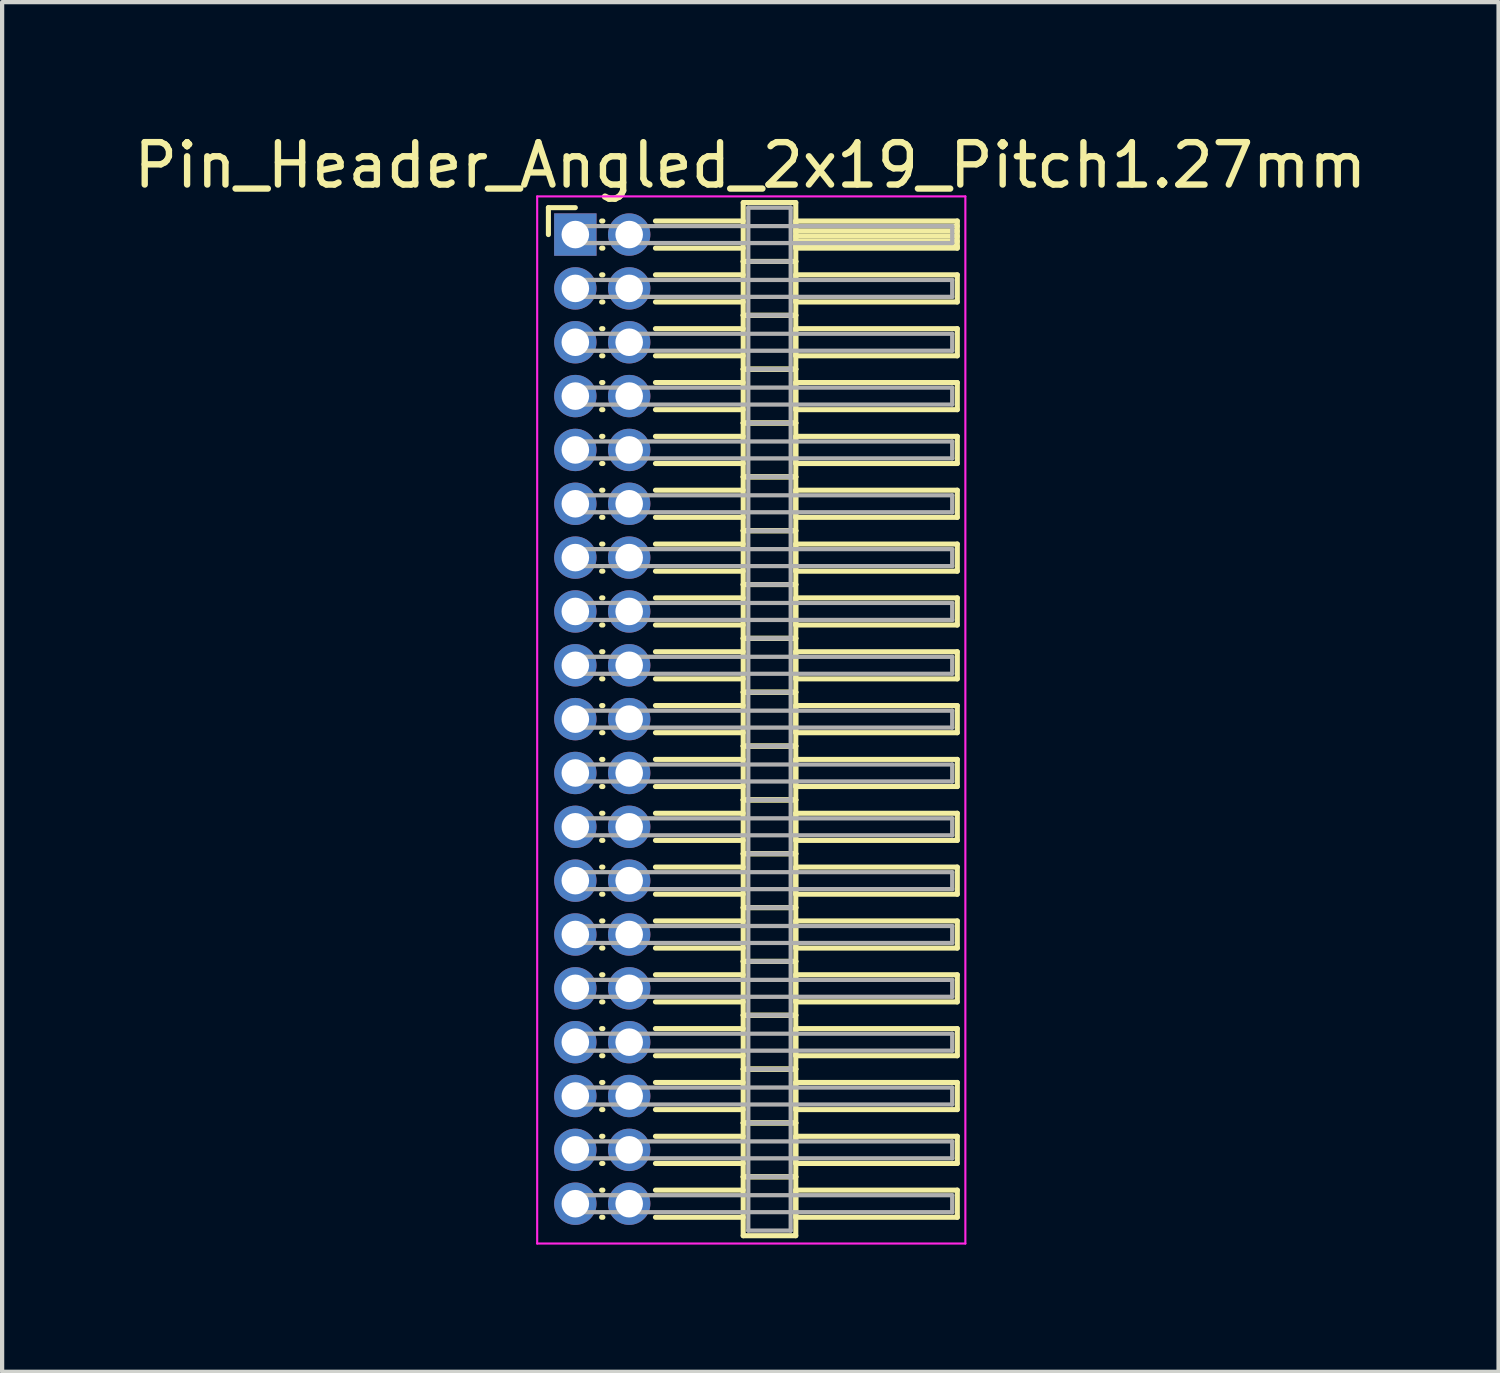
<source format=kicad_pcb>
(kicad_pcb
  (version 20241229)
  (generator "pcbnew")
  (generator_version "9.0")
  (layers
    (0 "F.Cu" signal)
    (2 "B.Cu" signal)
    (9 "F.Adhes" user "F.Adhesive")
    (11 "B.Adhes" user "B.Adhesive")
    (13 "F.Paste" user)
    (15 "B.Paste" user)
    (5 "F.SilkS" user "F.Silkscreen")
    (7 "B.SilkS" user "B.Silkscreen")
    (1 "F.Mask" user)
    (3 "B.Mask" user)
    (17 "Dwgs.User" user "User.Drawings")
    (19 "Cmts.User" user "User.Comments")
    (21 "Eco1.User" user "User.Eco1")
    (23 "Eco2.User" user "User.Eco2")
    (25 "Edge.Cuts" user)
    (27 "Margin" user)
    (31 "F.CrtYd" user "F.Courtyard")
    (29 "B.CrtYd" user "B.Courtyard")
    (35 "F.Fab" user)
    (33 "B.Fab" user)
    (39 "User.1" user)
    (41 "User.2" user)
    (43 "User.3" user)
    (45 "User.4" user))
  (footprint "Pin_Header_Angled_2x19_Pitch1.27mm"
    (layer "F.Cu")
    (at 10.521 2.483)
    (property "Reference" "Pin_Header_Angled_2x19_Pitch1.27mm" (at 4.128 -1.635 0) (layer "F.SilkS") (effects (font (size 1 1) (thickness 0.15))))
    (attr through_hole)
    (fp_line (start -0.635 -0.635) (end 0 -0.635) (stroke (width 0.12) (type solid)) (layer "F.SilkS"))
    (fp_line (start -0.635 0) (end -0.635 -0.635) (stroke (width 0.12) (type solid)) (layer "F.SilkS"))
    (fp_line (start 0.62 -0.32) (end 0.65 -0.32) (stroke (width 0.12) (type solid)) (layer "F.SilkS"))
    (fp_line (start 0.62 0.32) (end 0.65 0.32) (stroke (width 0.12) (type solid)) (layer "F.SilkS"))
    (fp_line (start 0.62 0.95) (end 0.65 0.95) (stroke (width 0.12) (type solid)) (layer "F.SilkS"))
    (fp_line (start 0.62 1.59) (end 0.65 1.59) (stroke (width 0.12) (type solid)) (layer "F.SilkS"))
    (fp_line (start 0.62 2.22) (end 0.65 2.22) (stroke (width 0.12) (type solid)) (layer "F.SilkS"))
    (fp_line (start 0.62 2.86) (end 0.65 2.86) (stroke (width 0.12) (type solid)) (layer "F.SilkS"))
    (fp_line (start 0.62 3.49) (end 0.65 3.49) (stroke (width 0.12) (type solid)) (layer "F.SilkS"))
    (fp_line (start 0.62 4.13) (end 0.65 4.13) (stroke (width 0.12) (type solid)) (layer "F.SilkS"))
    (fp_line (start 0.62 4.76) (end 0.65 4.76) (stroke (width 0.12) (type solid)) (layer "F.SilkS"))
    (fp_line (start 0.62 5.4) (end 0.65 5.4) (stroke (width 0.12) (type solid)) (layer "F.SilkS"))
    (fp_line (start 0.62 6.03) (end 0.65 6.03) (stroke (width 0.12) (type solid)) (layer "F.SilkS"))
    (fp_line (start 0.62 6.67) (end 0.65 6.67) (stroke (width 0.12) (type solid)) (layer "F.SilkS"))
    (fp_line (start 0.62 7.3) (end 0.65 7.3) (stroke (width 0.12) (type solid)) (layer "F.SilkS"))
    (fp_line (start 0.62 7.94) (end 0.65 7.94) (stroke (width 0.12) (type solid)) (layer "F.SilkS"))
    (fp_line (start 0.62 8.57) (end 0.65 8.57) (stroke (width 0.12) (type solid)) (layer "F.SilkS"))
    (fp_line (start 0.62 9.21) (end 0.65 9.21) (stroke (width 0.12) (type solid)) (layer "F.SilkS"))
    (fp_line (start 0.62 9.84) (end 0.65 9.84) (stroke (width 0.12) (type solid)) (layer "F.SilkS"))
    (fp_line (start 0.62 10.48) (end 0.65 10.48) (stroke (width 0.12) (type solid)) (layer "F.SilkS"))
    (fp_line (start 0.62 11.11) (end 0.65 11.11) (stroke (width 0.12) (type solid)) (layer "F.SilkS"))
    (fp_line (start 0.62 11.75) (end 0.65 11.75) (stroke (width 0.12) (type solid)) (layer "F.SilkS"))
    (fp_line (start 0.62 12.38) (end 0.65 12.38) (stroke (width 0.12) (type solid)) (layer "F.SilkS"))
    (fp_line (start 0.62 13.02) (end 0.65 13.02) (stroke (width 0.12) (type solid)) (layer "F.SilkS"))
    (fp_line (start 0.62 13.65) (end 0.65 13.65) (stroke (width 0.12) (type solid)) (layer "F.SilkS"))
    (fp_line (start 0.62 14.29) (end 0.65 14.29) (stroke (width 0.12) (type solid)) (layer "F.SilkS"))
    (fp_line (start 0.62 14.92) (end 0.65 14.92) (stroke (width 0.12) (type solid)) (layer "F.SilkS"))
    (fp_line (start 0.62 15.56) (end 0.65 15.56) (stroke (width 0.12) (type solid)) (layer "F.SilkS"))
    (fp_line (start 0.62 16.19) (end 0.65 16.19) (stroke (width 0.12) (type solid)) (layer "F.SilkS"))
    (fp_line (start 0.62 16.83) (end 0.65 16.83) (stroke (width 0.12) (type solid)) (layer "F.SilkS"))
    (fp_line (start 0.62 17.46) (end 0.65 17.46) (stroke (width 0.12) (type solid)) (layer "F.SilkS"))
    (fp_line (start 0.62 18.1) (end 0.65 18.1) (stroke (width 0.12) (type solid)) (layer "F.SilkS"))
    (fp_line (start 0.62 18.73) (end 0.65 18.73) (stroke (width 0.12) (type solid)) (layer "F.SilkS"))
    (fp_line (start 0.62 19.37) (end 0.65 19.37) (stroke (width 0.12) (type solid)) (layer "F.SilkS"))
    (fp_line (start 0.62 20) (end 0.65 20) (stroke (width 0.12) (type solid)) (layer "F.SilkS"))
    (fp_line (start 0.62 20.64) (end 0.65 20.64) (stroke (width 0.12) (type solid)) (layer "F.SilkS"))
    (fp_line (start 0.62 21.27) (end 0.65 21.27) (stroke (width 0.12) (type solid)) (layer "F.SilkS"))
    (fp_line (start 0.62 21.91) (end 0.65 21.91) (stroke (width 0.12) (type solid)) (layer "F.SilkS"))
    (fp_line (start 0.62 22.54) (end 0.65 22.54) (stroke (width 0.12) (type solid)) (layer "F.SilkS"))
    (fp_line (start 0.62 23.18) (end 0.65 23.18) (stroke (width 0.12) (type solid)) (layer "F.SilkS"))
    (fp_line (start 1.89 -0.32) (end 3.96 -0.32) (stroke (width 0.12) (type solid)) (layer "F.SilkS"))
    (fp_line (start 1.89 0.32) (end 3.96 0.32) (stroke (width 0.12) (type solid)) (layer "F.SilkS"))
    (fp_line (start 1.89 0.95) (end 3.96 0.95) (stroke (width 0.12) (type solid)) (layer "F.SilkS"))
    (fp_line (start 1.89 1.59) (end 3.96 1.59) (stroke (width 0.12) (type solid)) (layer "F.SilkS"))
    (fp_line (start 1.89 2.22) (end 3.96 2.22) (stroke (width 0.12) (type solid)) (layer "F.SilkS"))
    (fp_line (start 1.89 2.86) (end 3.96 2.86) (stroke (width 0.12) (type solid)) (layer "F.SilkS"))
    (fp_line (start 1.89 3.49) (end 3.96 3.49) (stroke (width 0.12) (type solid)) (layer "F.SilkS"))
    (fp_line (start 1.89 4.13) (end 3.96 4.13) (stroke (width 0.12) (type solid)) (layer "F.SilkS"))
    (fp_line (start 1.89 4.76) (end 3.96 4.76) (stroke (width 0.12) (type solid)) (layer "F.SilkS"))
    (fp_line (start 1.89 5.4) (end 3.96 5.4) (stroke (width 0.12) (type solid)) (layer "F.SilkS"))
    (fp_line (start 1.89 6.03) (end 3.96 6.03) (stroke (width 0.12) (type solid)) (layer "F.SilkS"))
    (fp_line (start 1.89 6.67) (end 3.96 6.67) (stroke (width 0.12) (type solid)) (layer "F.SilkS"))
    (fp_line (start 1.89 7.3) (end 3.96 7.3) (stroke (width 0.12) (type solid)) (layer "F.SilkS"))
    (fp_line (start 1.89 7.94) (end 3.96 7.94) (stroke (width 0.12) (type solid)) (layer "F.SilkS"))
    (fp_line (start 1.89 8.57) (end 3.96 8.57) (stroke (width 0.12) (type solid)) (layer "F.SilkS"))
    (fp_line (start 1.89 9.21) (end 3.96 9.21) (stroke (width 0.12) (type solid)) (layer "F.SilkS"))
    (fp_line (start 1.89 9.84) (end 3.96 9.84) (stroke (width 0.12) (type solid)) (layer "F.SilkS"))
    (fp_line (start 1.89 10.48) (end 3.96 10.48) (stroke (width 0.12) (type solid)) (layer "F.SilkS"))
    (fp_line (start 1.89 11.11) (end 3.96 11.11) (stroke (width 0.12) (type solid)) (layer "F.SilkS"))
    (fp_line (start 1.89 11.75) (end 3.96 11.75) (stroke (width 0.12) (type solid)) (layer "F.SilkS"))
    (fp_line (start 1.89 12.38) (end 3.96 12.38) (stroke (width 0.12) (type solid)) (layer "F.SilkS"))
    (fp_line (start 1.89 13.02) (end 3.96 13.02) (stroke (width 0.12) (type solid)) (layer "F.SilkS"))
    (fp_line (start 1.89 13.65) (end 3.96 13.65) (stroke (width 0.12) (type solid)) (layer "F.SilkS"))
    (fp_line (start 1.89 14.29) (end 3.96 14.29) (stroke (width 0.12) (type solid)) (layer "F.SilkS"))
    (fp_line (start 1.89 14.92) (end 3.96 14.92) (stroke (width 0.12) (type solid)) (layer "F.SilkS"))
    (fp_line (start 1.89 15.56) (end 3.96 15.56) (stroke (width 0.12) (type solid)) (layer "F.SilkS"))
    (fp_line (start 1.89 16.19) (end 3.96 16.19) (stroke (width 0.12) (type solid)) (layer "F.SilkS"))
    (fp_line (start 1.89 16.83) (end 3.96 16.83) (stroke (width 0.12) (type solid)) (layer "F.SilkS"))
    (fp_line (start 1.89 17.46) (end 3.96 17.46) (stroke (width 0.12) (type solid)) (layer "F.SilkS"))
    (fp_line (start 1.89 18.1) (end 3.96 18.1) (stroke (width 0.12) (type solid)) (layer "F.SilkS"))
    (fp_line (start 1.89 18.73) (end 3.96 18.73) (stroke (width 0.12) (type solid)) (layer "F.SilkS"))
    (fp_line (start 1.89 19.37) (end 3.96 19.37) (stroke (width 0.12) (type solid)) (layer "F.SilkS"))
    (fp_line (start 1.89 20) (end 3.96 20) (stroke (width 0.12) (type solid)) (layer "F.SilkS"))
    (fp_line (start 1.89 20.64) (end 3.96 20.64) (stroke (width 0.12) (type solid)) (layer "F.SilkS"))
    (fp_line (start 1.89 21.27) (end 3.96 21.27) (stroke (width 0.12) (type solid)) (layer "F.SilkS"))
    (fp_line (start 1.89 21.91) (end 3.96 21.91) (stroke (width 0.12) (type solid)) (layer "F.SilkS"))
    (fp_line (start 1.89 22.54) (end 3.96 22.54) (stroke (width 0.12) (type solid)) (layer "F.SilkS"))
    (fp_line (start 1.89 23.18) (end 3.96 23.18) (stroke (width 0.12) (type solid)) (layer "F.SilkS"))
    (fp_line (start 3.96 -0.755) (end 3.96 0.635) (stroke (width 0.12) (type solid)) (layer "F.SilkS"))
    (fp_line (start 3.96 0.635) (end 3.96 1.905) (stroke (width 0.12) (type solid)) (layer "F.SilkS"))
    (fp_line (start 3.96 0.635) (end 5.2 0.635) (stroke (width 0.12) (type solid)) (layer "F.SilkS"))
    (fp_line (start 3.96 1.905) (end 3.96 3.175) (stroke (width 0.12) (type solid)) (layer "F.SilkS"))
    (fp_line (start 3.96 1.905) (end 5.2 1.905) (stroke (width 0.12) (type solid)) (layer "F.SilkS"))
    (fp_line (start 3.96 3.175) (end 3.96 4.445) (stroke (width 0.12) (type solid)) (layer "F.SilkS"))
    (fp_line (start 3.96 3.175) (end 5.2 3.175) (stroke (width 0.12) (type solid)) (layer "F.SilkS"))
    (fp_line (start 3.96 4.445) (end 3.96 5.715) (stroke (width 0.12) (type solid)) (layer "F.SilkS"))
    (fp_line (start 3.96 4.445) (end 5.2 4.445) (stroke (width 0.12) (type solid)) (layer "F.SilkS"))
    (fp_line (start 3.96 5.715) (end 3.96 6.985) (stroke (width 0.12) (type solid)) (layer "F.SilkS"))
    (fp_line (start 3.96 5.715) (end 5.2 5.715) (stroke (width 0.12) (type solid)) (layer "F.SilkS"))
    (fp_line (start 3.96 6.985) (end 3.96 8.255) (stroke (width 0.12) (type solid)) (layer "F.SilkS"))
    (fp_line (start 3.96 6.985) (end 5.2 6.985) (stroke (width 0.12) (type solid)) (layer "F.SilkS"))
    (fp_line (start 3.96 8.255) (end 3.96 9.525) (stroke (width 0.12) (type solid)) (layer "F.SilkS"))
    (fp_line (start 3.96 8.255) (end 5.2 8.255) (stroke (width 0.12) (type solid)) (layer "F.SilkS"))
    (fp_line (start 3.96 9.525) (end 3.96 10.795) (stroke (width 0.12) (type solid)) (layer "F.SilkS"))
    (fp_line (start 3.96 9.525) (end 5.2 9.525) (stroke (width 0.12) (type solid)) (layer "F.SilkS"))
    (fp_line (start 3.96 10.795) (end 3.96 12.065) (stroke (width 0.12) (type solid)) (layer "F.SilkS"))
    (fp_line (start 3.96 10.795) (end 5.2 10.795) (stroke (width 0.12) (type solid)) (layer "F.SilkS"))
    (fp_line (start 3.96 12.065) (end 3.96 13.335) (stroke (width 0.12) (type solid)) (layer "F.SilkS"))
    (fp_line (start 3.96 12.065) (end 5.2 12.065) (stroke (width 0.12) (type solid)) (layer "F.SilkS"))
    (fp_line (start 3.96 13.335) (end 3.96 14.605) (stroke (width 0.12) (type solid)) (layer "F.SilkS"))
    (fp_line (start 3.96 13.335) (end 5.2 13.335) (stroke (width 0.12) (type solid)) (layer "F.SilkS"))
    (fp_line (start 3.96 14.605) (end 3.96 15.875) (stroke (width 0.12) (type solid)) (layer "F.SilkS"))
    (fp_line (start 3.96 14.605) (end 5.2 14.605) (stroke (width 0.12) (type solid)) (layer "F.SilkS"))
    (fp_line (start 3.96 15.875) (end 3.96 17.145) (stroke (width 0.12) (type solid)) (layer "F.SilkS"))
    (fp_line (start 3.96 15.875) (end 5.2 15.875) (stroke (width 0.12) (type solid)) (layer "F.SilkS"))
    (fp_line (start 3.96 17.145) (end 3.96 18.415) (stroke (width 0.12) (type solid)) (layer "F.SilkS"))
    (fp_line (start 3.96 17.145) (end 5.2 17.145) (stroke (width 0.12) (type solid)) (layer "F.SilkS"))
    (fp_line (start 3.96 18.415) (end 3.96 19.685) (stroke (width 0.12) (type solid)) (layer "F.SilkS"))
    (fp_line (start 3.96 18.415) (end 5.2 18.415) (stroke (width 0.12) (type solid)) (layer "F.SilkS"))
    (fp_line (start 3.96 19.685) (end 3.96 20.955) (stroke (width 0.12) (type solid)) (layer "F.SilkS"))
    (fp_line (start 3.96 19.685) (end 5.2 19.685) (stroke (width 0.12) (type solid)) (layer "F.SilkS"))
    (fp_line (start 3.96 20.955) (end 3.96 22.225) (stroke (width 0.12) (type solid)) (layer "F.SilkS"))
    (fp_line (start 3.96 20.955) (end 5.2 20.955) (stroke (width 0.12) (type solid)) (layer "F.SilkS"))
    (fp_line (start 3.96 22.225) (end 3.96 23.615) (stroke (width 0.12) (type solid)) (layer "F.SilkS"))
    (fp_line (start 3.96 22.225) (end 5.2 22.225) (stroke (width 0.12) (type solid)) (layer "F.SilkS"))
    (fp_line (start 3.96 23.615) (end 5.2 23.615) (stroke (width 0.12) (type solid)) (layer "F.SilkS"))
    (fp_line (start 5.2 -0.755) (end 3.96 -0.755) (stroke (width 0.12) (type solid)) (layer "F.SilkS"))
    (fp_line (start 5.2 -0.32) (end 5.2 0.32) (stroke (width 0.12) (type solid)) (layer "F.SilkS"))
    (fp_line (start 5.2 -0.2) (end 9.01 -0.2) (stroke (width 0.12) (type solid)) (layer "F.SilkS"))
    (fp_line (start 5.2 -0.08) (end 9.01 -0.08) (stroke (width 0.12) (type solid)) (layer "F.SilkS"))
    (fp_line (start 5.2 0.04) (end 9.01 0.04) (stroke (width 0.12) (type solid)) (layer "F.SilkS"))
    (fp_line (start 5.2 0.16) (end 9.01 0.16) (stroke (width 0.12) (type solid)) (layer "F.SilkS"))
    (fp_line (start 5.2 0.28) (end 9.01 0.28) (stroke (width 0.12) (type solid)) (layer "F.SilkS"))
    (fp_line (start 5.2 0.32) (end 9.01 0.32) (stroke (width 0.12) (type solid)) (layer "F.SilkS"))
    (fp_line (start 5.2 0.635) (end 3.96 0.635) (stroke (width 0.12) (type solid)) (layer "F.SilkS"))
    (fp_line (start 5.2 0.635) (end 5.2 -0.755) (stroke (width 0.12) (type solid)) (layer "F.SilkS"))
    (fp_line (start 5.2 0.95) (end 5.2 1.59) (stroke (width 0.12) (type solid)) (layer "F.SilkS"))
    (fp_line (start 5.2 1.59) (end 9.01 1.59) (stroke (width 0.12) (type solid)) (layer "F.SilkS"))
    (fp_line (start 5.2 1.905) (end 3.96 1.905) (stroke (width 0.12) (type solid)) (layer "F.SilkS"))
    (fp_line (start 5.2 1.905) (end 5.2 0.635) (stroke (width 0.12) (type solid)) (layer "F.SilkS"))
    (fp_line (start 5.2 2.22) (end 5.2 2.86) (stroke (width 0.12) (type solid)) (layer "F.SilkS"))
    (fp_line (start 5.2 2.86) (end 9.01 2.86) (stroke (width 0.12) (type solid)) (layer "F.SilkS"))
    (fp_line (start 5.2 3.175) (end 3.96 3.175) (stroke (width 0.12) (type solid)) (layer "F.SilkS"))
    (fp_line (start 5.2 3.175) (end 5.2 1.905) (stroke (width 0.12) (type solid)) (layer "F.SilkS"))
    (fp_line (start 5.2 3.49) (end 5.2 4.13) (stroke (width 0.12) (type solid)) (layer "F.SilkS"))
    (fp_line (start 5.2 4.13) (end 9.01 4.13) (stroke (width 0.12) (type solid)) (layer "F.SilkS"))
    (fp_line (start 5.2 4.445) (end 3.96 4.445) (stroke (width 0.12) (type solid)) (layer "F.SilkS"))
    (fp_line (start 5.2 4.445) (end 5.2 3.175) (stroke (width 0.12) (type solid)) (layer "F.SilkS"))
    (fp_line (start 5.2 4.76) (end 5.2 5.4) (stroke (width 0.12) (type solid)) (layer "F.SilkS"))
    (fp_line (start 5.2 5.4) (end 9.01 5.4) (stroke (width 0.12) (type solid)) (layer "F.SilkS"))
    (fp_line (start 5.2 5.715) (end 3.96 5.715) (stroke (width 0.12) (type solid)) (layer "F.SilkS"))
    (fp_line (start 5.2 5.715) (end 5.2 4.445) (stroke (width 0.12) (type solid)) (layer "F.SilkS"))
    (fp_line (start 5.2 6.03) (end 5.2 6.67) (stroke (width 0.12) (type solid)) (layer "F.SilkS"))
    (fp_line (start 5.2 6.67) (end 9.01 6.67) (stroke (width 0.12) (type solid)) (layer "F.SilkS"))
    (fp_line (start 5.2 6.985) (end 3.96 6.985) (stroke (width 0.12) (type solid)) (layer "F.SilkS"))
    (fp_line (start 5.2 6.985) (end 5.2 5.715) (stroke (width 0.12) (type solid)) (layer "F.SilkS"))
    (fp_line (start 5.2 7.3) (end 5.2 7.94) (stroke (width 0.12) (type solid)) (layer "F.SilkS"))
    (fp_line (start 5.2 7.94) (end 9.01 7.94) (stroke (width 0.12) (type solid)) (layer "F.SilkS"))
    (fp_line (start 5.2 8.255) (end 3.96 8.255) (stroke (width 0.12) (type solid)) (layer "F.SilkS"))
    (fp_line (start 5.2 8.255) (end 5.2 6.985) (stroke (width 0.12) (type solid)) (layer "F.SilkS"))
    (fp_line (start 5.2 8.57) (end 5.2 9.21) (stroke (width 0.12) (type solid)) (layer "F.SilkS"))
    (fp_line (start 5.2 9.21) (end 9.01 9.21) (stroke (width 0.12) (type solid)) (layer "F.SilkS"))
    (fp_line (start 5.2 9.525) (end 3.96 9.525) (stroke (width 0.12) (type solid)) (layer "F.SilkS"))
    (fp_line (start 5.2 9.525) (end 5.2 8.255) (stroke (width 0.12) (type solid)) (layer "F.SilkS"))
    (fp_line (start 5.2 9.84) (end 5.2 10.48) (stroke (width 0.12) (type solid)) (layer "F.SilkS"))
    (fp_line (start 5.2 10.48) (end 9.01 10.48) (stroke (width 0.12) (type solid)) (layer "F.SilkS"))
    (fp_line (start 5.2 10.795) (end 3.96 10.795) (stroke (width 0.12) (type solid)) (layer "F.SilkS"))
    (fp_line (start 5.2 10.795) (end 5.2 9.525) (stroke (width 0.12) (type solid)) (layer "F.SilkS"))
    (fp_line (start 5.2 11.11) (end 5.2 11.75) (stroke (width 0.12) (type solid)) (layer "F.SilkS"))
    (fp_line (start 5.2 11.75) (end 9.01 11.75) (stroke (width 0.12) (type solid)) (layer "F.SilkS"))
    (fp_line (start 5.2 12.065) (end 3.96 12.065) (stroke (width 0.12) (type solid)) (layer "F.SilkS"))
    (fp_line (start 5.2 12.065) (end 5.2 10.795) (stroke (width 0.12) (type solid)) (layer "F.SilkS"))
    (fp_line (start 5.2 12.38) (end 5.2 13.02) (stroke (width 0.12) (type solid)) (layer "F.SilkS"))
    (fp_line (start 5.2 13.02) (end 9.01 13.02) (stroke (width 0.12) (type solid)) (layer "F.SilkS"))
    (fp_line (start 5.2 13.335) (end 3.96 13.335) (stroke (width 0.12) (type solid)) (layer "F.SilkS"))
    (fp_line (start 5.2 13.335) (end 5.2 12.065) (stroke (width 0.12) (type solid)) (layer "F.SilkS"))
    (fp_line (start 5.2 13.65) (end 5.2 14.29) (stroke (width 0.12) (type solid)) (layer "F.SilkS"))
    (fp_line (start 5.2 14.29) (end 9.01 14.29) (stroke (width 0.12) (type solid)) (layer "F.SilkS"))
    (fp_line (start 5.2 14.605) (end 3.96 14.605) (stroke (width 0.12) (type solid)) (layer "F.SilkS"))
    (fp_line (start 5.2 14.605) (end 5.2 13.335) (stroke (width 0.12) (type solid)) (layer "F.SilkS"))
    (fp_line (start 5.2 14.92) (end 5.2 15.56) (stroke (width 0.12) (type solid)) (layer "F.SilkS"))
    (fp_line (start 5.2 15.56) (end 9.01 15.56) (stroke (width 0.12) (type solid)) (layer "F.SilkS"))
    (fp_line (start 5.2 15.875) (end 3.96 15.875) (stroke (width 0.12) (type solid)) (layer "F.SilkS"))
    (fp_line (start 5.2 15.875) (end 5.2 14.605) (stroke (width 0.12) (type solid)) (layer "F.SilkS"))
    (fp_line (start 5.2 16.19) (end 5.2 16.83) (stroke (width 0.12) (type solid)) (layer "F.SilkS"))
    (fp_line (start 5.2 16.83) (end 9.01 16.83) (stroke (width 0.12) (type solid)) (layer "F.SilkS"))
    (fp_line (start 5.2 17.145) (end 3.96 17.145) (stroke (width 0.12) (type solid)) (layer "F.SilkS"))
    (fp_line (start 5.2 17.145) (end 5.2 15.875) (stroke (width 0.12) (type solid)) (layer "F.SilkS"))
    (fp_line (start 5.2 17.46) (end 5.2 18.1) (stroke (width 0.12) (type solid)) (layer "F.SilkS"))
    (fp_line (start 5.2 18.1) (end 9.01 18.1) (stroke (width 0.12) (type solid)) (layer "F.SilkS"))
    (fp_line (start 5.2 18.415) (end 3.96 18.415) (stroke (width 0.12) (type solid)) (layer "F.SilkS"))
    (fp_line (start 5.2 18.415) (end 5.2 17.145) (stroke (width 0.12) (type solid)) (layer "F.SilkS"))
    (fp_line (start 5.2 18.73) (end 5.2 19.37) (stroke (width 0.12) (type solid)) (layer "F.SilkS"))
    (fp_line (start 5.2 19.37) (end 9.01 19.37) (stroke (width 0.12) (type solid)) (layer "F.SilkS"))
    (fp_line (start 5.2 19.685) (end 3.96 19.685) (stroke (width 0.12) (type solid)) (layer "F.SilkS"))
    (fp_line (start 5.2 19.685) (end 5.2 18.415) (stroke (width 0.12) (type solid)) (layer "F.SilkS"))
    (fp_line (start 5.2 20) (end 5.2 20.64) (stroke (width 0.12) (type solid)) (layer "F.SilkS"))
    (fp_line (start 5.2 20.64) (end 9.01 20.64) (stroke (width 0.12) (type solid)) (layer "F.SilkS"))
    (fp_line (start 5.2 20.955) (end 3.96 20.955) (stroke (width 0.12) (type solid)) (layer "F.SilkS"))
    (fp_line (start 5.2 20.955) (end 5.2 19.685) (stroke (width 0.12) (type solid)) (layer "F.SilkS"))
    (fp_line (start 5.2 21.27) (end 5.2 21.91) (stroke (width 0.12) (type solid)) (layer "F.SilkS"))
    (fp_line (start 5.2 21.91) (end 9.01 21.91) (stroke (width 0.12) (type solid)) (layer "F.SilkS"))
    (fp_line (start 5.2 22.225) (end 3.96 22.225) (stroke (width 0.12) (type solid)) (layer "F.SilkS"))
    (fp_line (start 5.2 22.225) (end 5.2 20.955) (stroke (width 0.12) (type solid)) (layer "F.SilkS"))
    (fp_line (start 5.2 22.54) (end 5.2 23.18) (stroke (width 0.12) (type solid)) (layer "F.SilkS"))
    (fp_line (start 5.2 23.18) (end 9.01 23.18) (stroke (width 0.12) (type solid)) (layer "F.SilkS"))
    (fp_line (start 5.2 23.615) (end 5.2 22.225) (stroke (width 0.12) (type solid)) (layer "F.SilkS"))
    (fp_line (start 9.01 -0.32) (end 5.2 -0.32) (stroke (width 0.12) (type solid)) (layer "F.SilkS"))
    (fp_line (start 9.01 0.32) (end 9.01 -0.32) (stroke (width 0.12) (type solid)) (layer "F.SilkS"))
    (fp_line (start 9.01 0.95) (end 5.2 0.95) (stroke (width 0.12) (type solid)) (layer "F.SilkS"))
    (fp_line (start 9.01 1.59) (end 9.01 0.95) (stroke (width 0.12) (type solid)) (layer "F.SilkS"))
    (fp_line (start 9.01 2.22) (end 5.2 2.22) (stroke (width 0.12) (type solid)) (layer "F.SilkS"))
    (fp_line (start 9.01 2.86) (end 9.01 2.22) (stroke (width 0.12) (type solid)) (layer "F.SilkS"))
    (fp_line (start 9.01 3.49) (end 5.2 3.49) (stroke (width 0.12) (type solid)) (layer "F.SilkS"))
    (fp_line (start 9.01 4.13) (end 9.01 3.49) (stroke (width 0.12) (type solid)) (layer "F.SilkS"))
    (fp_line (start 9.01 4.76) (end 5.2 4.76) (stroke (width 0.12) (type solid)) (layer "F.SilkS"))
    (fp_line (start 9.01 5.4) (end 9.01 4.76) (stroke (width 0.12) (type solid)) (layer "F.SilkS"))
    (fp_line (start 9.01 6.03) (end 5.2 6.03) (stroke (width 0.12) (type solid)) (layer "F.SilkS"))
    (fp_line (start 9.01 6.67) (end 9.01 6.03) (stroke (width 0.12) (type solid)) (layer "F.SilkS"))
    (fp_line (start 9.01 7.3) (end 5.2 7.3) (stroke (width 0.12) (type solid)) (layer "F.SilkS"))
    (fp_line (start 9.01 7.94) (end 9.01 7.3) (stroke (width 0.12) (type solid)) (layer "F.SilkS"))
    (fp_line (start 9.01 8.57) (end 5.2 8.57) (stroke (width 0.12) (type solid)) (layer "F.SilkS"))
    (fp_line (start 9.01 9.21) (end 9.01 8.57) (stroke (width 0.12) (type solid)) (layer "F.SilkS"))
    (fp_line (start 9.01 9.84) (end 5.2 9.84) (stroke (width 0.12) (type solid)) (layer "F.SilkS"))
    (fp_line (start 9.01 10.48) (end 9.01 9.84) (stroke (width 0.12) (type solid)) (layer "F.SilkS"))
    (fp_line (start 9.01 11.11) (end 5.2 11.11) (stroke (width 0.12) (type solid)) (layer "F.SilkS"))
    (fp_line (start 9.01 11.75) (end 9.01 11.11) (stroke (width 0.12) (type solid)) (layer "F.SilkS"))
    (fp_line (start 9.01 12.38) (end 5.2 12.38) (stroke (width 0.12) (type solid)) (layer "F.SilkS"))
    (fp_line (start 9.01 13.02) (end 9.01 12.38) (stroke (width 0.12) (type solid)) (layer "F.SilkS"))
    (fp_line (start 9.01 13.65) (end 5.2 13.65) (stroke (width 0.12) (type solid)) (layer "F.SilkS"))
    (fp_line (start 9.01 14.29) (end 9.01 13.65) (stroke (width 0.12) (type solid)) (layer "F.SilkS"))
    (fp_line (start 9.01 14.92) (end 5.2 14.92) (stroke (width 0.12) (type solid)) (layer "F.SilkS"))
    (fp_line (start 9.01 15.56) (end 9.01 14.92) (stroke (width 0.12) (type solid)) (layer "F.SilkS"))
    (fp_line (start 9.01 16.19) (end 5.2 16.19) (stroke (width 0.12) (type solid)) (layer "F.SilkS"))
    (fp_line (start 9.01 16.83) (end 9.01 16.19) (stroke (width 0.12) (type solid)) (layer "F.SilkS"))
    (fp_line (start 9.01 17.46) (end 5.2 17.46) (stroke (width 0.12) (type solid)) (layer "F.SilkS"))
    (fp_line (start 9.01 18.1) (end 9.01 17.46) (stroke (width 0.12) (type solid)) (layer "F.SilkS"))
    (fp_line (start 9.01 18.73) (end 5.2 18.73) (stroke (width 0.12) (type solid)) (layer "F.SilkS"))
    (fp_line (start 9.01 19.37) (end 9.01 18.73) (stroke (width 0.12) (type solid)) (layer "F.SilkS"))
    (fp_line (start 9.01 20) (end 5.2 20) (stroke (width 0.12) (type solid)) (layer "F.SilkS"))
    (fp_line (start 9.01 20.64) (end 9.01 20) (stroke (width 0.12) (type solid)) (layer "F.SilkS"))
    (fp_line (start 9.01 21.27) (end 5.2 21.27) (stroke (width 0.12) (type solid)) (layer "F.SilkS"))
    (fp_line (start 9.01 21.91) (end 9.01 21.27) (stroke (width 0.12) (type solid)) (layer "F.SilkS"))
    (fp_line (start 9.01 22.54) (end 5.2 22.54) (stroke (width 0.12) (type solid)) (layer "F.SilkS"))
    (fp_line (start 9.01 23.18) (end 9.01 22.54) (stroke (width 0.12) (type solid)) (layer "F.SilkS"))
    (fp_line (start -0.9 -0.9) (end -0.9 23.8) (stroke (width 0.05) (type solid)) (layer "F.CrtYd"))
    (fp_line (start -0.9 23.8) (end 9.2 23.8) (stroke (width 0.05) (type solid)) (layer "F.CrtYd"))
    (fp_line (start 9.2 -0.9) (end -0.9 -0.9) (stroke (width 0.05) (type solid)) (layer "F.CrtYd"))
    (fp_line (start 9.2 23.8) (end 9.2 -0.9) (stroke (width 0.05) (type solid)) (layer "F.CrtYd"))
    (fp_line (start 0 -0.2) (end 0 0.2) (stroke (width 0.1) (type solid)) (layer "F.Fab"))
    (fp_line (start 0 0.2) (end 8.89 0.2) (stroke (width 0.1) (type solid)) (layer "F.Fab"))
    (fp_line (start 0 1.07) (end 0 1.47) (stroke (width 0.1) (type solid)) (layer "F.Fab"))
    (fp_line (start 0 1.47) (end 8.89 1.47) (stroke (width 0.1) (type solid)) (layer "F.Fab"))
    (fp_line (start 0 2.34) (end 0 2.74) (stroke (width 0.1) (type solid)) (layer "F.Fab"))
    (fp_line (start 0 2.74) (end 8.89 2.74) (stroke (width 0.1) (type solid)) (layer "F.Fab"))
    (fp_line (start 0 3.61) (end 0 4.01) (stroke (width 0.1) (type solid)) (layer "F.Fab"))
    (fp_line (start 0 4.01) (end 8.89 4.01) (stroke (width 0.1) (type solid)) (layer "F.Fab"))
    (fp_line (start 0 4.88) (end 0 5.28) (stroke (width 0.1) (type solid)) (layer "F.Fab"))
    (fp_line (start 0 5.28) (end 8.89 5.28) (stroke (width 0.1) (type solid)) (layer "F.Fab"))
    (fp_line (start 0 6.15) (end 0 6.55) (stroke (width 0.1) (type solid)) (layer "F.Fab"))
    (fp_line (start 0 6.55) (end 8.89 6.55) (stroke (width 0.1) (type solid)) (layer "F.Fab"))
    (fp_line (start 0 7.42) (end 0 7.82) (stroke (width 0.1) (type solid)) (layer "F.Fab"))
    (fp_line (start 0 7.82) (end 8.89 7.82) (stroke (width 0.1) (type solid)) (layer "F.Fab"))
    (fp_line (start 0 8.69) (end 0 9.09) (stroke (width 0.1) (type solid)) (layer "F.Fab"))
    (fp_line (start 0 9.09) (end 8.89 9.09) (stroke (width 0.1) (type solid)) (layer "F.Fab"))
    (fp_line (start 0 9.96) (end 0 10.36) (stroke (width 0.1) (type solid)) (layer "F.Fab"))
    (fp_line (start 0 10.36) (end 8.89 10.36) (stroke (width 0.1) (type solid)) (layer "F.Fab"))
    (fp_line (start 0 11.23) (end 0 11.63) (stroke (width 0.1) (type solid)) (layer "F.Fab"))
    (fp_line (start 0 11.63) (end 8.89 11.63) (stroke (width 0.1) (type solid)) (layer "F.Fab"))
    (fp_line (start 0 12.5) (end 0 12.9) (stroke (width 0.1) (type solid)) (layer "F.Fab"))
    (fp_line (start 0 12.9) (end 8.89 12.9) (stroke (width 0.1) (type solid)) (layer "F.Fab"))
    (fp_line (start 0 13.77) (end 0 14.17) (stroke (width 0.1) (type solid)) (layer "F.Fab"))
    (fp_line (start 0 14.17) (end 8.89 14.17) (stroke (width 0.1) (type solid)) (layer "F.Fab"))
    (fp_line (start 0 15.04) (end 0 15.44) (stroke (width 0.1) (type solid)) (layer "F.Fab"))
    (fp_line (start 0 15.44) (end 8.89 15.44) (stroke (width 0.1) (type solid)) (layer "F.Fab"))
    (fp_line (start 0 16.31) (end 0 16.71) (stroke (width 0.1) (type solid)) (layer "F.Fab"))
    (fp_line (start 0 16.71) (end 8.89 16.71) (stroke (width 0.1) (type solid)) (layer "F.Fab"))
    (fp_line (start 0 17.58) (end 0 17.98) (stroke (width 0.1) (type solid)) (layer "F.Fab"))
    (fp_line (start 0 17.98) (end 8.89 17.98) (stroke (width 0.1) (type solid)) (layer "F.Fab"))
    (fp_line (start 0 18.85) (end 0 19.25) (stroke (width 0.1) (type solid)) (layer "F.Fab"))
    (fp_line (start 0 19.25) (end 8.89 19.25) (stroke (width 0.1) (type solid)) (layer "F.Fab"))
    (fp_line (start 0 20.12) (end 0 20.52) (stroke (width 0.1) (type solid)) (layer "F.Fab"))
    (fp_line (start 0 20.52) (end 8.89 20.52) (stroke (width 0.1) (type solid)) (layer "F.Fab"))
    (fp_line (start 0 21.39) (end 0 21.79) (stroke (width 0.1) (type solid)) (layer "F.Fab"))
    (fp_line (start 0 21.79) (end 8.89 21.79) (stroke (width 0.1) (type solid)) (layer "F.Fab"))
    (fp_line (start 0 22.66) (end 0 23.06) (stroke (width 0.1) (type solid)) (layer "F.Fab"))
    (fp_line (start 0 23.06) (end 8.89 23.06) (stroke (width 0.1) (type solid)) (layer "F.Fab"))
    (fp_line (start 4.08 -0.635) (end 4.08 0.635) (stroke (width 0.1) (type solid)) (layer "F.Fab"))
    (fp_line (start 4.08 0.635) (end 4.08 1.905) (stroke (width 0.1) (type solid)) (layer "F.Fab"))
    (fp_line (start 4.08 0.635) (end 5.08 0.635) (stroke (width 0.1) (type solid)) (layer "F.Fab"))
    (fp_line (start 4.08 1.905) (end 4.08 3.175) (stroke (width 0.1) (type solid)) (layer "F.Fab"))
    (fp_line (start 4.08 1.905) (end 5.08 1.905) (stroke (width 0.1) (type solid)) (layer "F.Fab"))
    (fp_line (start 4.08 3.175) (end 4.08 4.445) (stroke (width 0.1) (type solid)) (layer "F.Fab"))
    (fp_line (start 4.08 3.175) (end 5.08 3.175) (stroke (width 0.1) (type solid)) (layer "F.Fab"))
    (fp_line (start 4.08 4.445) (end 4.08 5.715) (stroke (width 0.1) (type solid)) (layer "F.Fab"))
    (fp_line (start 4.08 4.445) (end 5.08 4.445) (stroke (width 0.1) (type solid)) (layer "F.Fab"))
    (fp_line (start 4.08 5.715) (end 4.08 6.985) (stroke (width 0.1) (type solid)) (layer "F.Fab"))
    (fp_line (start 4.08 5.715) (end 5.08 5.715) (stroke (width 0.1) (type solid)) (layer "F.Fab"))
    (fp_line (start 4.08 6.985) (end 4.08 8.255) (stroke (width 0.1) (type solid)) (layer "F.Fab"))
    (fp_line (start 4.08 6.985) (end 5.08 6.985) (stroke (width 0.1) (type solid)) (layer "F.Fab"))
    (fp_line (start 4.08 8.255) (end 4.08 9.525) (stroke (width 0.1) (type solid)) (layer "F.Fab"))
    (fp_line (start 4.08 8.255) (end 5.08 8.255) (stroke (width 0.1) (type solid)) (layer "F.Fab"))
    (fp_line (start 4.08 9.525) (end 4.08 10.795) (stroke (width 0.1) (type solid)) (layer "F.Fab"))
    (fp_line (start 4.08 9.525) (end 5.08 9.525) (stroke (width 0.1) (type solid)) (layer "F.Fab"))
    (fp_line (start 4.08 10.795) (end 4.08 12.065) (stroke (width 0.1) (type solid)) (layer "F.Fab"))
    (fp_line (start 4.08 10.795) (end 5.08 10.795) (stroke (width 0.1) (type solid)) (layer "F.Fab"))
    (fp_line (start 4.08 12.065) (end 4.08 13.335) (stroke (width 0.1) (type solid)) (layer "F.Fab"))
    (fp_line (start 4.08 12.065) (end 5.08 12.065) (stroke (width 0.1) (type solid)) (layer "F.Fab"))
    (fp_line (start 4.08 13.335) (end 4.08 14.605) (stroke (width 0.1) (type solid)) (layer "F.Fab"))
    (fp_line (start 4.08 13.335) (end 5.08 13.335) (stroke (width 0.1) (type solid)) (layer "F.Fab"))
    (fp_line (start 4.08 14.605) (end 4.08 15.875) (stroke (width 0.1) (type solid)) (layer "F.Fab"))
    (fp_line (start 4.08 14.605) (end 5.08 14.605) (stroke (width 0.1) (type solid)) (layer "F.Fab"))
    (fp_line (start 4.08 15.875) (end 4.08 17.145) (stroke (width 0.1) (type solid)) (layer "F.Fab"))
    (fp_line (start 4.08 15.875) (end 5.08 15.875) (stroke (width 0.1) (type solid)) (layer "F.Fab"))
    (fp_line (start 4.08 17.145) (end 4.08 18.415) (stroke (width 0.1) (type solid)) (layer "F.Fab"))
    (fp_line (start 4.08 17.145) (end 5.08 17.145) (stroke (width 0.1) (type solid)) (layer "F.Fab"))
    (fp_line (start 4.08 18.415) (end 4.08 19.685) (stroke (width 0.1) (type solid)) (layer "F.Fab"))
    (fp_line (start 4.08 18.415) (end 5.08 18.415) (stroke (width 0.1) (type solid)) (layer "F.Fab"))
    (fp_line (start 4.08 19.685) (end 4.08 20.955) (stroke (width 0.1) (type solid)) (layer "F.Fab"))
    (fp_line (start 4.08 19.685) (end 5.08 19.685) (stroke (width 0.1) (type solid)) (layer "F.Fab"))
    (fp_line (start 4.08 20.955) (end 4.08 22.225) (stroke (width 0.1) (type solid)) (layer "F.Fab"))
    (fp_line (start 4.08 20.955) (end 5.08 20.955) (stroke (width 0.1) (type solid)) (layer "F.Fab"))
    (fp_line (start 4.08 22.225) (end 4.08 23.495) (stroke (width 0.1) (type solid)) (layer "F.Fab"))
    (fp_line (start 4.08 22.225) (end 5.08 22.225) (stroke (width 0.1) (type solid)) (layer "F.Fab"))
    (fp_line (start 4.08 23.495) (end 5.08 23.495) (stroke (width 0.1) (type solid)) (layer "F.Fab"))
    (fp_line (start 5.08 -0.635) (end 4.08 -0.635) (stroke (width 0.1) (type solid)) (layer "F.Fab"))
    (fp_line (start 5.08 0.635) (end 4.08 0.635) (stroke (width 0.1) (type solid)) (layer "F.Fab"))
    (fp_line (start 5.08 0.635) (end 5.08 -0.635) (stroke (width 0.1) (type solid)) (layer "F.Fab"))
    (fp_line (start 5.08 1.905) (end 4.08 1.905) (stroke (width 0.1) (type solid)) (layer "F.Fab"))
    (fp_line (start 5.08 1.905) (end 5.08 0.635) (stroke (width 0.1) (type solid)) (layer "F.Fab"))
    (fp_line (start 5.08 3.175) (end 4.08 3.175) (stroke (width 0.1) (type solid)) (layer "F.Fab"))
    (fp_line (start 5.08 3.175) (end 5.08 1.905) (stroke (width 0.1) (type solid)) (layer "F.Fab"))
    (fp_line (start 5.08 4.445) (end 4.08 4.445) (stroke (width 0.1) (type solid)) (layer "F.Fab"))
    (fp_line (start 5.08 4.445) (end 5.08 3.175) (stroke (width 0.1) (type solid)) (layer "F.Fab"))
    (fp_line (start 5.08 5.715) (end 4.08 5.715) (stroke (width 0.1) (type solid)) (layer "F.Fab"))
    (fp_line (start 5.08 5.715) (end 5.08 4.445) (stroke (width 0.1) (type solid)) (layer "F.Fab"))
    (fp_line (start 5.08 6.985) (end 4.08 6.985) (stroke (width 0.1) (type solid)) (layer "F.Fab"))
    (fp_line (start 5.08 6.985) (end 5.08 5.715) (stroke (width 0.1) (type solid)) (layer "F.Fab"))
    (fp_line (start 5.08 8.255) (end 4.08 8.255) (stroke (width 0.1) (type solid)) (layer "F.Fab"))
    (fp_line (start 5.08 8.255) (end 5.08 6.985) (stroke (width 0.1) (type solid)) (layer "F.Fab"))
    (fp_line (start 5.08 9.525) (end 4.08 9.525) (stroke (width 0.1) (type solid)) (layer "F.Fab"))
    (fp_line (start 5.08 9.525) (end 5.08 8.255) (stroke (width 0.1) (type solid)) (layer "F.Fab"))
    (fp_line (start 5.08 10.795) (end 4.08 10.795) (stroke (width 0.1) (type solid)) (layer "F.Fab"))
    (fp_line (start 5.08 10.795) (end 5.08 9.525) (stroke (width 0.1) (type solid)) (layer "F.Fab"))
    (fp_line (start 5.08 12.065) (end 4.08 12.065) (stroke (width 0.1) (type solid)) (layer "F.Fab"))
    (fp_line (start 5.08 12.065) (end 5.08 10.795) (stroke (width 0.1) (type solid)) (layer "F.Fab"))
    (fp_line (start 5.08 13.335) (end 4.08 13.335) (stroke (width 0.1) (type solid)) (layer "F.Fab"))
    (fp_line (start 5.08 13.335) (end 5.08 12.065) (stroke (width 0.1) (type solid)) (layer "F.Fab"))
    (fp_line (start 5.08 14.605) (end 4.08 14.605) (stroke (width 0.1) (type solid)) (layer "F.Fab"))
    (fp_line (start 5.08 14.605) (end 5.08 13.335) (stroke (width 0.1) (type solid)) (layer "F.Fab"))
    (fp_line (start 5.08 15.875) (end 4.08 15.875) (stroke (width 0.1) (type solid)) (layer "F.Fab"))
    (fp_line (start 5.08 15.875) (end 5.08 14.605) (stroke (width 0.1) (type solid)) (layer "F.Fab"))
    (fp_line (start 5.08 17.145) (end 4.08 17.145) (stroke (width 0.1) (type solid)) (layer "F.Fab"))
    (fp_line (start 5.08 17.145) (end 5.08 15.875) (stroke (width 0.1) (type solid)) (layer "F.Fab"))
    (fp_line (start 5.08 18.415) (end 4.08 18.415) (stroke (width 0.1) (type solid)) (layer "F.Fab"))
    (fp_line (start 5.08 18.415) (end 5.08 17.145) (stroke (width 0.1) (type solid)) (layer "F.Fab"))
    (fp_line (start 5.08 19.685) (end 4.08 19.685) (stroke (width 0.1) (type solid)) (layer "F.Fab"))
    (fp_line (start 5.08 19.685) (end 5.08 18.415) (stroke (width 0.1) (type solid)) (layer "F.Fab"))
    (fp_line (start 5.08 20.955) (end 4.08 20.955) (stroke (width 0.1) (type solid)) (layer "F.Fab"))
    (fp_line (start 5.08 20.955) (end 5.08 19.685) (stroke (width 0.1) (type solid)) (layer "F.Fab"))
    (fp_line (start 5.08 22.225) (end 4.08 22.225) (stroke (width 0.1) (type solid)) (layer "F.Fab"))
    (fp_line (start 5.08 22.225) (end 5.08 20.955) (stroke (width 0.1) (type solid)) (layer "F.Fab"))
    (fp_line (start 5.08 23.495) (end 5.08 22.225) (stroke (width 0.1) (type solid)) (layer "F.Fab"))
    (fp_line (start 8.89 -0.2) (end 0 -0.2) (stroke (width 0.1) (type solid)) (layer "F.Fab"))
    (fp_line (start 8.89 0.2) (end 8.89 -0.2) (stroke (width 0.1) (type solid)) (layer "F.Fab"))
    (fp_line (start 8.89 1.07) (end 0 1.07) (stroke (width 0.1) (type solid)) (layer "F.Fab"))
    (fp_line (start 8.89 1.47) (end 8.89 1.07) (stroke (width 0.1) (type solid)) (layer "F.Fab"))
    (fp_line (start 8.89 2.34) (end 0 2.34) (stroke (width 0.1) (type solid)) (layer "F.Fab"))
    (fp_line (start 8.89 2.74) (end 8.89 2.34) (stroke (width 0.1) (type solid)) (layer "F.Fab"))
    (fp_line (start 8.89 3.61) (end 0 3.61) (stroke (width 0.1) (type solid)) (layer "F.Fab"))
    (fp_line (start 8.89 4.01) (end 8.89 3.61) (stroke (width 0.1) (type solid)) (layer "F.Fab"))
    (fp_line (start 8.89 4.88) (end 0 4.88) (stroke (width 0.1) (type solid)) (layer "F.Fab"))
    (fp_line (start 8.89 5.28) (end 8.89 4.88) (stroke (width 0.1) (type solid)) (layer "F.Fab"))
    (fp_line (start 8.89 6.15) (end 0 6.15) (stroke (width 0.1) (type solid)) (layer "F.Fab"))
    (fp_line (start 8.89 6.55) (end 8.89 6.15) (stroke (width 0.1) (type solid)) (layer "F.Fab"))
    (fp_line (start 8.89 7.42) (end 0 7.42) (stroke (width 0.1) (type solid)) (layer "F.Fab"))
    (fp_line (start 8.89 7.82) (end 8.89 7.42) (stroke (width 0.1) (type solid)) (layer "F.Fab"))
    (fp_line (start 8.89 8.69) (end 0 8.69) (stroke (width 0.1) (type solid)) (layer "F.Fab"))
    (fp_line (start 8.89 9.09) (end 8.89 8.69) (stroke (width 0.1) (type solid)) (layer "F.Fab"))
    (fp_line (start 8.89 9.96) (end 0 9.96) (stroke (width 0.1) (type solid)) (layer "F.Fab"))
    (fp_line (start 8.89 10.36) (end 8.89 9.96) (stroke (width 0.1) (type solid)) (layer "F.Fab"))
    (fp_line (start 8.89 11.23) (end 0 11.23) (stroke (width 0.1) (type solid)) (layer "F.Fab"))
    (fp_line (start 8.89 11.63) (end 8.89 11.23) (stroke (width 0.1) (type solid)) (layer "F.Fab"))
    (fp_line (start 8.89 12.5) (end 0 12.5) (stroke (width 0.1) (type solid)) (layer "F.Fab"))
    (fp_line (start 8.89 12.9) (end 8.89 12.5) (stroke (width 0.1) (type solid)) (layer "F.Fab"))
    (fp_line (start 8.89 13.77) (end 0 13.77) (stroke (width 0.1) (type solid)) (layer "F.Fab"))
    (fp_line (start 8.89 14.17) (end 8.89 13.77) (stroke (width 0.1) (type solid)) (layer "F.Fab"))
    (fp_line (start 8.89 15.04) (end 0 15.04) (stroke (width 0.1) (type solid)) (layer "F.Fab"))
    (fp_line (start 8.89 15.44) (end 8.89 15.04) (stroke (width 0.1) (type solid)) (layer "F.Fab"))
    (fp_line (start 8.89 16.31) (end 0 16.31) (stroke (width 0.1) (type solid)) (layer "F.Fab"))
    (fp_line (start 8.89 16.71) (end 8.89 16.31) (stroke (width 0.1) (type solid)) (layer "F.Fab"))
    (fp_line (start 8.89 17.58) (end 0 17.58) (stroke (width 0.1) (type solid)) (layer "F.Fab"))
    (fp_line (start 8.89 17.98) (end 8.89 17.58) (stroke (width 0.1) (type solid)) (layer "F.Fab"))
    (fp_line (start 8.89 18.85) (end 0 18.85) (stroke (width 0.1) (type solid)) (layer "F.Fab"))
    (fp_line (start 8.89 19.25) (end 8.89 18.85) (stroke (width 0.1) (type solid)) (layer "F.Fab"))
    (fp_line (start 8.89 20.12) (end 0 20.12) (stroke (width 0.1) (type solid)) (layer "F.Fab"))
    (fp_line (start 8.89 20.52) (end 8.89 20.12) (stroke (width 0.1) (type solid)) (layer "F.Fab"))
    (fp_line (start 8.89 21.39) (end 0 21.39) (stroke (width 0.1) (type solid)) (layer "F.Fab"))
    (fp_line (start 8.89 21.79) (end 8.89 21.39) (stroke (width 0.1) (type solid)) (layer "F.Fab"))
    (fp_line (start 8.89 22.66) (end 0 22.66) (stroke (width 0.1) (type solid)) (layer "F.Fab"))
    (fp_line (start 8.89 23.06) (end 8.89 22.66) (stroke (width 0.1) (type solid)) (layer "F.Fab"))
    (pad "1" thru_hole rect (at 0 0) (size 1 1) (drill 0.65) (layers "*.Cu" "*.Mask"))
    (pad "2" thru_hole oval (at 1.27 0) (size 1 1) (drill 0.65) (layers "*.Cu" "*.Mask"))
    (pad "3" thru_hole oval (at 0 1.27) (size 1 1) (drill 0.65) (layers "*.Cu" "*.Mask"))
    (pad "4" thru_hole oval (at 1.27 1.27) (size 1 1) (drill 0.65) (layers "*.Cu" "*.Mask"))
    (pad "5" thru_hole oval (at 0 2.54) (size 1 1) (drill 0.65) (layers "*.Cu" "*.Mask"))
    (pad "6" thru_hole oval (at 1.27 2.54) (size 1 1) (drill 0.65) (layers "*.Cu" "*.Mask"))
    (pad "7" thru_hole oval (at 0 3.81) (size 1 1) (drill 0.65) (layers "*.Cu" "*.Mask"))
    (pad "8" thru_hole oval (at 1.27 3.81) (size 1 1) (drill 0.65) (layers "*.Cu" "*.Mask"))
    (pad "9" thru_hole oval (at 0 5.08) (size 1 1) (drill 0.65) (layers "*.Cu" "*.Mask"))
    (pad "10" thru_hole oval (at 1.27 5.08) (size 1 1) (drill 0.65) (layers "*.Cu" "*.Mask"))
    (pad "11" thru_hole oval (at 0 6.35) (size 1 1) (drill 0.65) (layers "*.Cu" "*.Mask"))
    (pad "12" thru_hole oval (at 1.27 6.35) (size 1 1) (drill 0.65) (layers "*.Cu" "*.Mask"))
    (pad "13" thru_hole oval (at 0 7.62) (size 1 1) (drill 0.65) (layers "*.Cu" "*.Mask"))
    (pad "14" thru_hole oval (at 1.27 7.62) (size 1 1) (drill 0.65) (layers "*.Cu" "*.Mask"))
    (pad "15" thru_hole oval (at 0 8.89) (size 1 1) (drill 0.65) (layers "*.Cu" "*.Mask"))
    (pad "16" thru_hole oval (at 1.27 8.89) (size 1 1) (drill 0.65) (layers "*.Cu" "*.Mask"))
    (pad "17" thru_hole oval (at 0 10.16) (size 1 1) (drill 0.65) (layers "*.Cu" "*.Mask"))
    (pad "18" thru_hole oval (at 1.27 10.16) (size 1 1) (drill 0.65) (layers "*.Cu" "*.Mask"))
    (pad "19" thru_hole oval (at 0 11.43) (size 1 1) (drill 0.65) (layers "*.Cu" "*.Mask"))
    (pad "20" thru_hole oval (at 1.27 11.43) (size 1 1) (drill 0.65) (layers "*.Cu" "*.Mask"))
    (pad "21" thru_hole oval (at 0 12.7) (size 1 1) (drill 0.65) (layers "*.Cu" "*.Mask"))
    (pad "22" thru_hole oval (at 1.27 12.7) (size 1 1) (drill 0.65) (layers "*.Cu" "*.Mask"))
    (pad "23" thru_hole oval (at 0 13.97) (size 1 1) (drill 0.65) (layers "*.Cu" "*.Mask"))
    (pad "24" thru_hole oval (at 1.27 13.97) (size 1 1) (drill 0.65) (layers "*.Cu" "*.Mask"))
    (pad "25" thru_hole oval (at 0 15.24) (size 1 1) (drill 0.65) (layers "*.Cu" "*.Mask"))
    (pad "26" thru_hole oval (at 1.27 15.24) (size 1 1) (drill 0.65) (layers "*.Cu" "*.Mask"))
    (pad "27" thru_hole oval (at 0 16.51) (size 1 1) (drill 0.65) (layers "*.Cu" "*.Mask"))
    (pad "28" thru_hole oval (at 1.27 16.51) (size 1 1) (drill 0.65) (layers "*.Cu" "*.Mask"))
    (pad "29" thru_hole oval (at 0 17.78) (size 1 1) (drill 0.65) (layers "*.Cu" "*.Mask"))
    (pad "30" thru_hole oval (at 1.27 17.78) (size 1 1) (drill 0.65) (layers "*.Cu" "*.Mask"))
    (pad "31" thru_hole oval (at 0 19.05) (size 1 1) (drill 0.65) (layers "*.Cu" "*.Mask"))
    (pad "32" thru_hole oval (at 1.27 19.05) (size 1 1) (drill 0.65) (layers "*.Cu" "*.Mask"))
    (pad "33" thru_hole oval (at 0 20.32) (size 1 1) (drill 0.65) (layers "*.Cu" "*.Mask"))
    (pad "34" thru_hole oval (at 1.27 20.32) (size 1 1) (drill 0.65) (layers "*.Cu" "*.Mask"))
    (pad "35" thru_hole oval (at 0 21.59) (size 1 1) (drill 0.65) (layers "*.Cu" "*.Mask"))
    (pad "36" thru_hole oval (at 1.27 21.59) (size 1 1) (drill 0.65) (layers "*.Cu" "*.Mask"))
    (pad "37" thru_hole oval (at 0 22.86) (size 1 1) (drill 0.65) (layers "*.Cu" "*.Mask"))
    (pad "38" thru_hole oval (at 1.27 22.86) (size 1 1) (drill 0.65) (layers "*.Cu" "*.Mask")))
  (gr_rect
    (start -3 -3)
    (end 32.298 29.308)
    (stroke (width 0.1) (type default))
    (fill no)
    (layer "Edge.Cuts")))
</source>
